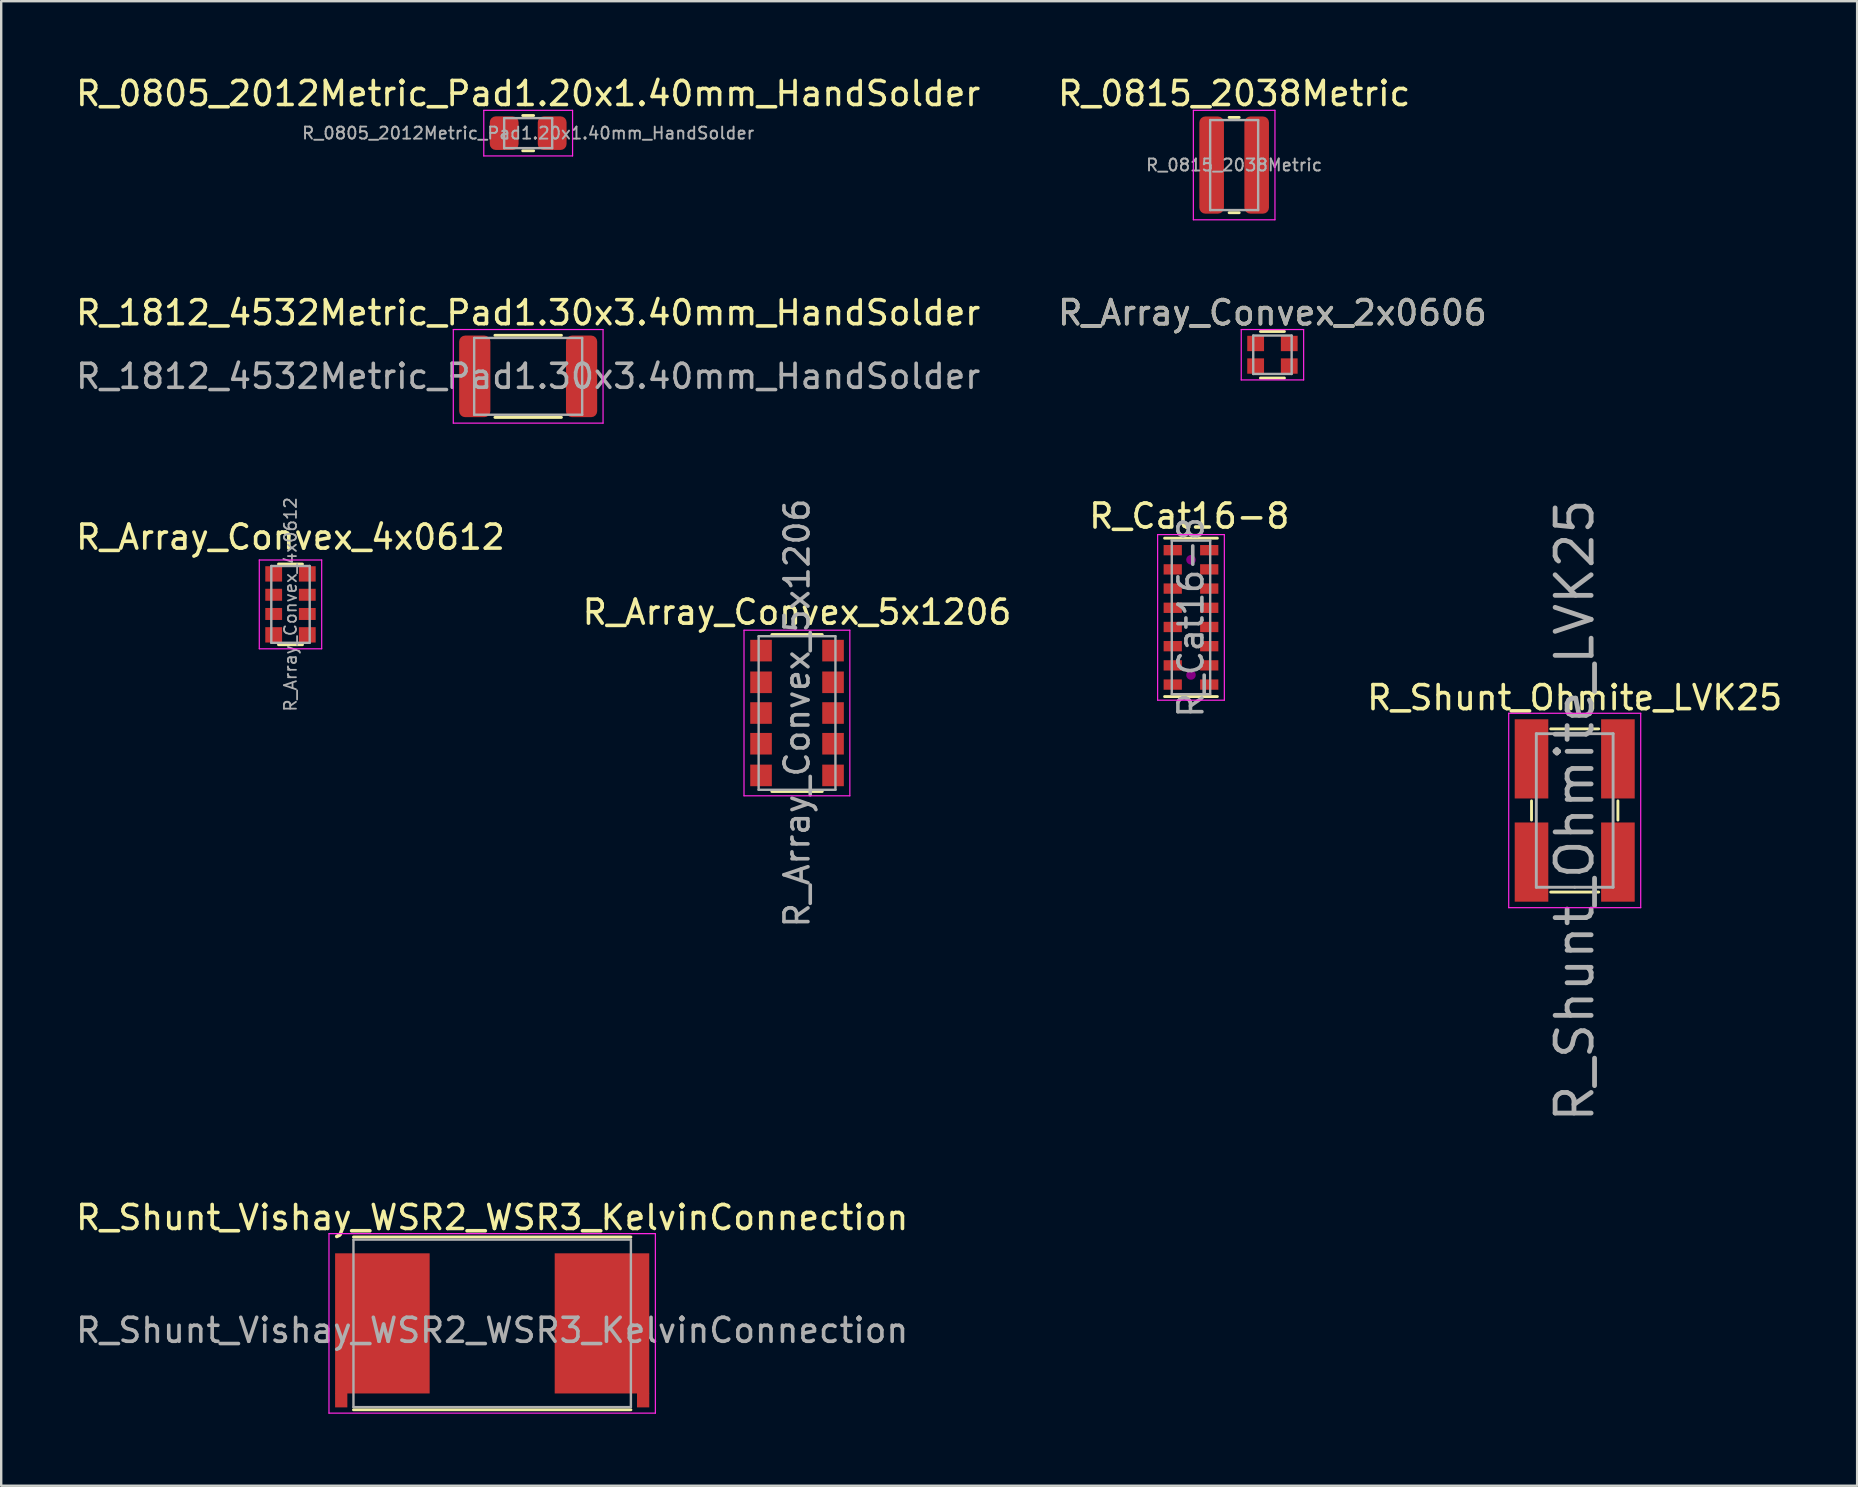
<source format=kicad_pcb>
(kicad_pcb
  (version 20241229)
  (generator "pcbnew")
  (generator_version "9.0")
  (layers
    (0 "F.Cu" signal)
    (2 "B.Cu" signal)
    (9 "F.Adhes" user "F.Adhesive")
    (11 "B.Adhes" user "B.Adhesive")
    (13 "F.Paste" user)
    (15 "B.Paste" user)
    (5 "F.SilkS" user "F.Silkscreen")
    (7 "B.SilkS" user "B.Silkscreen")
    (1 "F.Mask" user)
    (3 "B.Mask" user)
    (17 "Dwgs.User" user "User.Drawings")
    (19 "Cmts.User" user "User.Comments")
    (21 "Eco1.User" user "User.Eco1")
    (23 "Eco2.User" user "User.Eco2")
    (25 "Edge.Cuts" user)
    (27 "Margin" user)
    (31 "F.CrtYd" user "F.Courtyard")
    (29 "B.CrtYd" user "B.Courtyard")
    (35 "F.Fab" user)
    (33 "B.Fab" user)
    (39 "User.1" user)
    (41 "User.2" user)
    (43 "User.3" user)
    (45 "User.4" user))
  (footprint "R_1812_4532Metric_Pad1.30x3.40mm_HandSolder"
    (layer "F.Cu")
    (at 18.958 12.632)
    (property "Reference" "R_1812_4532Metric_Pad1.30x3.40mm_HandSolder" (at 0 -2.65 0) (layer "F.SilkS") (effects (font (size 1 1) (thickness 0.15))))
    (attr smd)
    (fp_line (start -1.386 -1.71) (end 1.386 -1.71) (stroke (width 0.12) (type solid)) (layer "F.SilkS"))
    (fp_line (start -1.386 1.71) (end 1.386 1.71) (stroke (width 0.12) (type solid)) (layer "F.SilkS"))
    (fp_line (start -3.12 -1.95) (end 3.12 -1.95) (stroke (width 0.05) (type solid)) (layer "F.CrtYd"))
    (fp_line (start -3.12 1.95) (end -3.12 -1.95) (stroke (width 0.05) (type solid)) (layer "F.CrtYd"))
    (fp_line (start 3.12 -1.95) (end 3.12 1.95) (stroke (width 0.05) (type solid)) (layer "F.CrtYd"))
    (fp_line (start 3.12 1.95) (end -3.12 1.95) (stroke (width 0.05) (type solid)) (layer "F.CrtYd"))
    (fp_line (start -2.25 -1.6) (end 2.25 -1.6) (stroke (width 0.1) (type solid)) (layer "F.Fab"))
    (fp_line (start -2.25 1.6) (end -2.25 -1.6) (stroke (width 0.1) (type solid)) (layer "F.Fab"))
    (fp_line (start 2.25 -1.6) (end 2.25 1.6) (stroke (width 0.1) (type solid)) (layer "F.Fab"))
    (fp_line (start 2.25 1.6) (end -2.25 1.6) (stroke (width 0.1) (type solid)) (layer "F.Fab"))
    (fp_text user "${REFERENCE}" (at 0 0 0) (layer "F.Fab") (effects (font (size 1 1) (thickness 0.15))))
    (pad "1" smd roundrect (at -2.225 0) (size 1.3 3.4) (layers "F.Cu" "F.Mask" "F.Paste") (roundrect_rratio 0.192))
    (pad "2" smd roundrect (at 2.225 0) (size 1.3 3.4) (layers "F.Cu" "F.Mask" "F.Paste") (roundrect_rratio 0.192)))
  (footprint "R_Array_Convex_4x0612"
    (layer "F.Cu")
    (at 9.054 22.133)
    (property "Reference" "R_Array_Convex_4x0612" (at 0 -2.8 0) (layer "F.SilkS") (effects (font (size 1 1) (thickness 0.15))))
    (attr smd)
    (fp_line (start 0.5 -1.68) (end -0.5 -1.68) (stroke (width 0.12) (type solid)) (layer "F.SilkS"))
    (fp_line (start 0.5 1.68) (end -0.5 1.68) (stroke (width 0.12) (type solid)) (layer "F.SilkS"))
    (fp_line (start -1.3 -1.85) (end -1.3 1.85) (stroke (width 0.05) (type solid)) (layer "F.CrtYd"))
    (fp_line (start -1.3 -1.85) (end 1.3 -1.85) (stroke (width 0.05) (type solid)) (layer "F.CrtYd"))
    (fp_line (start 1.3 1.85) (end -1.3 1.85) (stroke (width 0.05) (type solid)) (layer "F.CrtYd"))
    (fp_line (start 1.3 1.85) (end 1.3 -1.85) (stroke (width 0.05) (type solid)) (layer "F.CrtYd"))
    (fp_line (start -0.8 -1.6) (end 0.8 -1.6) (stroke (width 0.1) (type solid)) (layer "F.Fab"))
    (fp_line (start -0.8 1.6) (end -0.8 -1.6) (stroke (width 0.1) (type solid)) (layer "F.Fab"))
    (fp_line (start 0.8 -1.6) (end 0.8 1.6) (stroke (width 0.1) (type solid)) (layer "F.Fab"))
    (fp_line (start 0.8 1.6) (end -0.8 1.6) (stroke (width 0.1) (type solid)) (layer "F.Fab"))
    (fp_text user "${REFERENCE}" (at 0 0 90) (layer "F.Fab") (effects (font (size 0.5 0.5) (thickness 0.075))))
    (pad "1" smd rect (at -0.7 -1.27) (size 0.7 0.64) (layers "F.Cu" "F.Mask" "F.Paste"))
    (pad "2" smd rect (at -0.7 -0.4) (size 0.7 0.5) (layers "F.Cu" "F.Mask" "F.Paste"))
    (pad "3" smd rect (at -0.7 0.4) (size 0.7 0.5) (layers "F.Cu" "F.Mask" "F.Paste"))
    (pad "4" smd rect (at -0.7 1.27) (size 0.7 0.64) (layers "F.Cu" "F.Mask" "F.Paste"))
    (pad "5" smd rect (at 0.7 1.27) (size 0.7 0.64) (layers "F.Cu" "F.Mask" "F.Paste"))
    (pad "6" smd rect (at 0.7 0.4) (size 0.7 0.5) (layers "F.Cu" "F.Mask" "F.Paste"))
    (pad "7" smd rect (at 0.7 -0.4) (size 0.7 0.5) (layers "F.Cu" "F.Mask" "F.Paste"))
    (pad "8" smd rect (at 0.7 -1.27) (size 0.7 0.64) (layers "F.Cu" "F.Mask" "F.Paste")))
  (footprint "R_0805_2012Metric_Pad1.20x1.40mm_HandSolder"
    (layer "F.Cu")
    (at 18.958 2.498)
    (property "Reference" "R_0805_2012Metric_Pad1.20x1.40mm_HandSolder" (at 0 -1.65 0) (layer "F.SilkS") (effects (font (size 1 1) (thickness 0.15))))
    (attr smd)
    (fp_line (start -0.227 -0.735) (end 0.227 -0.735) (stroke (width 0.12) (type solid)) (layer "F.SilkS"))
    (fp_line (start -0.227 0.735) (end 0.227 0.735) (stroke (width 0.12) (type solid)) (layer "F.SilkS"))
    (fp_line (start -1.85 -0.95) (end 1.85 -0.95) (stroke (width 0.05) (type solid)) (layer "F.CrtYd"))
    (fp_line (start -1.85 0.95) (end -1.85 -0.95) (stroke (width 0.05) (type solid)) (layer "F.CrtYd"))
    (fp_line (start 1.85 -0.95) (end 1.85 0.95) (stroke (width 0.05) (type solid)) (layer "F.CrtYd"))
    (fp_line (start 1.85 0.95) (end -1.85 0.95) (stroke (width 0.05) (type solid)) (layer "F.CrtYd"))
    (fp_line (start -1 -0.625) (end 1 -0.625) (stroke (width 0.1) (type solid)) (layer "F.Fab"))
    (fp_line (start -1 0.625) (end -1 -0.625) (stroke (width 0.1) (type solid)) (layer "F.Fab"))
    (fp_line (start 1 -0.625) (end 1 0.625) (stroke (width 0.1) (type solid)) (layer "F.Fab"))
    (fp_line (start 1 0.625) (end -1 0.625) (stroke (width 0.1) (type solid)) (layer "F.Fab"))
    (fp_text user "${REFERENCE}" (at 0 0 0) (layer "F.Fab") (effects (font (size 0.5 0.5) (thickness 0.08))))
    (pad "1" smd roundrect (at -1 0) (size 1.2 1.4) (layers "F.Cu" "F.Mask" "F.Paste") (roundrect_rratio 0.208))
    (pad "2" smd roundrect (at 1 0) (size 1.2 1.4) (layers "F.Cu" "F.Mask" "F.Paste") (roundrect_rratio 0.208)))
  (footprint "R_Shunt_Vishay_WSR2_WSR3_KelvinConnection"
    (layer "F.Cu")
    (at 17.458 52.383)
    (property "Reference" "R_Shunt_Vishay_WSR2_WSR3_KelvinConnection" (at 0 -4.7 0) (layer "F.SilkS") (effects (font (size 1 1) (thickness 0.15))))
    (attr smd)
    (fp_line (start -5.78 -3.89) (end 5.78 -3.89) (stroke (width 0.12) (type solid)) (layer "F.SilkS"))
    (fp_line (start -5.78 3.31) (end 5.78 3.31) (stroke (width 0.12) (type solid)) (layer "F.SilkS"))
    (fp_line (start -6.8 -4.03) (end -6.8 3.45) (stroke (width 0.05) (type solid)) (layer "F.CrtYd"))
    (fp_line (start -6.8 -4.03) (end 6.8 -4.03) (stroke (width 0.05) (type solid)) (layer "F.CrtYd"))
    (fp_line (start -6.8 3.45) (end 6.8 3.45) (stroke (width 0.05) (type solid)) (layer "F.CrtYd"))
    (fp_line (start 6.8 -4.03) (end 6.8 3.45) (stroke (width 0.05) (type solid)) (layer "F.CrtYd"))
    (fp_line (start -5.78 -3.78) (end -5.78 3.2) (stroke (width 0.1) (type solid)) (layer "F.Fab"))
    (fp_line (start -5.78 -3.78) (end 5.78 -3.78) (stroke (width 0.1) (type solid)) (layer "F.Fab"))
    (fp_line (start -5.78 3.2) (end 5.78 3.2) (stroke (width 0.1) (type solid)) (layer "F.Fab"))
    (fp_line (start 5.78 -3.78) (end 5.78 3.2) (stroke (width 0.1) (type solid)) (layer "F.Fab"))
    (fp_text user "${REFERENCE}" (at 0 0 0) (layer "F.Fab") (effects (font (size 1 1) (thickness 0.15))))
    (pad "1" smd rect (at -6.29 2.91) (size 0.51 0.6) (layers "F.Cu" "F.Mask" "F.Paste"))
    (pad "1" smd rect (at -4.575 -0.29) (size 3.94 5.84) (layers "F.Cu" "F.Mask" "F.Paste"))
    (pad "2" smd rect (at 4.575 -0.29) (size 3.94 5.84) (layers "F.Cu" "F.Mask" "F.Paste"))
    (pad "2" smd rect (at 6.29 2.91) (size 0.51 0.6) (layers "F.Cu" "F.Mask" "F.Paste")))
  (footprint "R_Shunt_Ohmite_LVK25"
    (layer "F.Cu")
    (at 62.565 30.721)
    (property "Reference" "R_Shunt_Ohmite_LVK25" (at 0 -4.7 0) (layer "F.SilkS") (effects (font (size 1 1) (thickness 0.15))))
    (attr smd)
    (fp_line (start -1.8 0.4) (end -1.8 -0.4) (stroke (width 0.12) (type solid)) (layer "F.SilkS"))
    (fp_line (start 1 -3.4) (end -1 -3.4) (stroke (width 0.12) (type solid)) (layer "F.SilkS"))
    (fp_line (start 1 3.4) (end -1 3.4) (stroke (width 0.12) (type solid)) (layer "F.SilkS"))
    (fp_line (start 1.8 -0.4) (end 1.8 0.4) (stroke (width 0.12) (type solid)) (layer "F.SilkS"))
    (fp_line (start -2.75 -4.05) (end 2.75 -4.05) (stroke (width 0.05) (type solid)) (layer "F.CrtYd"))
    (fp_line (start -2.75 4.05) (end -2.75 -4.05) (stroke (width 0.05) (type solid)) (layer "F.CrtYd"))
    (fp_line (start 2.75 -4.05) (end 2.75 4.05) (stroke (width 0.05) (type solid)) (layer "F.CrtYd"))
    (fp_line (start 2.75 4.05) (end -2.75 4.05) (stroke (width 0.05) (type solid)) (layer "F.CrtYd"))
    (fp_line (start -1.6 -3.2) (end 1.6 -3.2) (stroke (width 0.12) (type solid)) (layer "F.Fab"))
    (fp_line (start -1.6 3.2) (end -1.6 -3.2) (stroke (width 0.12) (type solid)) (layer "F.Fab"))
    (fp_line (start 0 3.2) (end -1.6 3.2) (stroke (width 0.12) (type solid)) (layer "F.Fab"))
    (fp_line (start 1.6 -3.2) (end 1.6 3.2) (stroke (width 0.12) (type solid)) (layer "F.Fab"))
    (fp_line (start 1.6 3.2) (end 0 3.2) (stroke (width 0.12) (type solid)) (layer "F.Fab"))
    (fp_text user "${REFERENCE}" (at 0 0 90) (layer "F.Fab") (effects (font (size 1.5 1.5) (thickness 0.2))))
    (pad "1" smd rect (at -1.8 -2.15) (size 1.4 3.3) (layers "F.Cu" "F.Mask" "F.Paste"))
    (pad "2" smd rect (at -1.8 2.15) (size 1.4 3.3) (layers "F.Cu" "F.Mask" "F.Paste"))
    (pad "3" smd rect (at 1.8 -2.15) (size 1.4 3.3) (layers "F.Cu" "F.Mask" "F.Paste"))
    (pad "4" smd rect (at 1.8 2.15) (size 1.4 3.3) (layers "F.Cu" "F.Mask" "F.Paste")))
  (footprint "R_Cat16-8"
    (layer "F.Cu")
    (at 46.576 22.675)
    (property "Reference" "R_Cat16-8" (at -0.07 -4.22 0) (layer "F.SilkS") (effects (font (size 1 1) (thickness 0.15))))
    (attr smd)
    (fp_line (start 1.1 -3.3) (end -1.1 -3.3) (stroke (width 0.12) (type solid)) (layer "F.SilkS"))
    (fp_line (start 1.1 3.3) (end -1.1 3.3) (stroke (width 0.12) (type solid)) (layer "F.SilkS"))
    (fp_circle (center 0 -2.4) (end -0.1 -2.4) (stroke (width 0.2) (type solid)) (fill no) (layer "F.Adhes"))
    (fp_circle (center 0 2.4) (end -0.1 2.4) (stroke (width 0.2) (type solid)) (fill no) (layer "F.Adhes"))
    (fp_line (start -1.39 -3.45) (end -1.39 3.45) (stroke (width 0.05) (type solid)) (layer "F.CrtYd"))
    (fp_line (start -1.39 -3.45) (end 1.39 -3.45) (stroke (width 0.05) (type solid)) (layer "F.CrtYd"))
    (fp_line (start 1.39 3.45) (end -1.39 3.45) (stroke (width 0.05) (type solid)) (layer "F.CrtYd"))
    (fp_line (start 1.39 3.45) (end 1.39 -3.45) (stroke (width 0.05) (type solid)) (layer "F.CrtYd"))
    (fp_line (start -0.8 -3.2) (end 0.8 -3.2) (stroke (width 0.1) (type solid)) (layer "F.Fab"))
    (fp_line (start -0.8 3.2) (end -0.8 -3.2) (stroke (width 0.1) (type solid)) (layer "F.Fab"))
    (fp_line (start 0.8 -3.2) (end 0.8 3.2) (stroke (width 0.1) (type solid)) (layer "F.Fab"))
    (fp_line (start 0.8 3.2) (end -0.8 3.2) (stroke (width 0.1) (type solid)) (layer "F.Fab"))
    (fp_text user "${REFERENCE}" (at 0 0 90) (layer "F.Fab") (effects (font (size 1 1) (thickness 0.15))))
    (pad "1" smd rect (at -0.76 -2.8 180) (size 0.76 0.43) (layers "F.Cu" "F.Mask" "F.Paste"))
    (pad "2" smd rect (at -0.76 -2 180) (size 0.76 0.43) (layers "F.Cu" "F.Mask" "F.Paste"))
    (pad "3" smd rect (at -0.76 -1.2 180) (size 0.76 0.43) (layers "F.Cu" "F.Mask" "F.Paste"))
    (pad "4" smd rect (at -0.76 -0.4 180) (size 0.76 0.43) (layers "F.Cu" "F.Mask" "F.Paste"))
    (pad "5" smd rect (at -0.76 0.4 180) (size 0.76 0.43) (layers "F.Cu" "F.Mask" "F.Paste"))
    (pad "6" smd rect (at -0.76 1.2 180) (size 0.76 0.43) (layers "F.Cu" "F.Mask" "F.Paste"))
    (pad "7" smd rect (at -0.76 2 180) (size 0.76 0.43) (layers "F.Cu" "F.Mask" "F.Paste"))
    (pad "8" smd rect (at -0.76 2.8 180) (size 0.76 0.43) (layers "F.Cu" "F.Mask" "F.Paste"))
    (pad "9" smd rect (at 0.76 2.8 180) (size 0.76 0.43) (layers "F.Cu" "F.Mask" "F.Paste"))
    (pad "10" smd rect (at 0.76 2 180) (size 0.76 0.43) (layers "F.Cu" "F.Mask" "F.Paste"))
    (pad "11" smd rect (at 0.76 1.2 180) (size 0.76 0.43) (layers "F.Cu" "F.Mask" "F.Paste"))
    (pad "12" smd rect (at 0.76 0.4 180) (size 0.76 0.43) (layers "F.Cu" "F.Mask" "F.Paste"))
    (pad "13" smd rect (at 0.76 -0.4 180) (size 0.76 0.43) (layers "F.Cu" "F.Mask" "F.Paste"))
    (pad "14" smd rect (at 0.76 -1.2 180) (size 0.76 0.43) (layers "F.Cu" "F.Mask" "F.Paste"))
    (pad "15" smd rect (at 0.76 -2 180) (size 0.76 0.43) (layers "F.Cu" "F.Mask" "F.Paste"))
    (pad "16" smd rect (at 0.76 -2.8 180) (size 0.76 0.43) (layers "F.Cu" "F.Mask" "F.Paste")))
  (footprint "R_Array_Convex_2x0606"
    (layer "F.Cu")
    (at 49.97 11.732)
    (property "Reference" "R_Array_Convex_2x0606" (at 0 -1.75 0) (layer "F.SilkS") (effects (font (size 1 1) (thickness 0.15))))
    (attr smd)
    (fp_line (start 0.5 -0.97) (end -0.5 -0.97) (stroke (width 0.12) (type solid)) (layer "F.SilkS"))
    (fp_line (start 0.5 0.97) (end -0.5 0.97) (stroke (width 0.12) (type solid)) (layer "F.SilkS"))
    (fp_line (start -1.3 -1.05) (end -1.3 1.05) (stroke (width 0.05) (type solid)) (layer "F.CrtYd"))
    (fp_line (start -1.3 -1.05) (end 1.3 -1.05) (stroke (width 0.05) (type solid)) (layer "F.CrtYd"))
    (fp_line (start 1.3 1.05) (end -1.3 1.05) (stroke (width 0.05) (type solid)) (layer "F.CrtYd"))
    (fp_line (start 1.3 1.05) (end 1.3 -1.05) (stroke (width 0.05) (type solid)) (layer "F.CrtYd"))
    (fp_line (start -0.8 -0.8) (end 0.8 -0.8) (stroke (width 0.1) (type solid)) (layer "F.Fab"))
    (fp_line (start -0.8 0.8) (end -0.8 -0.8) (stroke (width 0.1) (type solid)) (layer "F.Fab"))
    (fp_line (start 0.8 -0.8) (end 0.8 0.8) (stroke (width 0.1) (type solid)) (layer "F.Fab"))
    (fp_line (start 0.8 0.8) (end -0.8 0.8) (stroke (width 0.1) (type solid)) (layer "F.Fab"))
    (fp_text user "${REFERENCE}" (at 0 -1.75 0) (layer "F.Fab") (effects (font (size 1 1) (thickness 0.15))))
    (pad "1" smd rect (at -0.7 -0.47) (size 0.7 0.64) (layers "F.Cu" "F.Mask" "F.Paste"))
    (pad "2" smd rect (at -0.7 0.47) (size 0.7 0.64) (layers "F.Cu" "F.Mask" "F.Paste"))
    (pad "3" smd rect (at 0.7 0.47) (size 0.7 0.64) (layers "F.Cu" "F.Mask" "F.Paste"))
    (pad "4" smd rect (at 0.7 -0.47) (size 0.7 0.64) (layers "F.Cu" "F.Mask" "F.Paste")))
  (footprint "R_Array_Convex_5x1206"
    (layer "F.Cu")
    (at 30.161 26.66)
    (property "Reference" "R_Array_Convex_5x1206" (at 0 -4.2 0) (layer "F.SilkS") (effects (font (size 1 1) (thickness 0.15))))
    (attr smd)
    (fp_line (start 1.05 -3.27) (end -1.05 -3.27) (stroke (width 0.12) (type solid)) (layer "F.SilkS"))
    (fp_line (start 1.05 3.27) (end -1.05 3.27) (stroke (width 0.12) (type solid)) (layer "F.SilkS"))
    (fp_line (start -2.21 -3.45) (end -2.21 3.45) (stroke (width 0.05) (type solid)) (layer "F.CrtYd"))
    (fp_line (start -2.21 -3.45) (end 2.2 -3.45) (stroke (width 0.05) (type solid)) (layer "F.CrtYd"))
    (fp_line (start 2.2 3.45) (end -2.21 3.45) (stroke (width 0.05) (type solid)) (layer "F.CrtYd"))
    (fp_line (start 2.2 3.45) (end 2.2 -3.45) (stroke (width 0.05) (type solid)) (layer "F.CrtYd"))
    (fp_line (start -1.6 -3.2) (end 1.6 -3.2) (stroke (width 0.1) (type solid)) (layer "F.Fab"))
    (fp_line (start -1.6 3.2) (end -1.6 -3.2) (stroke (width 0.1) (type solid)) (layer "F.Fab"))
    (fp_line (start 1.6 -3.2) (end 1.6 3.2) (stroke (width 0.1) (type solid)) (layer "F.Fab"))
    (fp_line (start 1.6 3.2) (end -1.6 3.2) (stroke (width 0.1) (type solid)) (layer "F.Fab"))
    (fp_text user "${REFERENCE}" (at 0 0 90) (layer "F.Fab") (effects (font (size 1 1) (thickness 0.15))))
    (pad "1" smd rect (at -1.5 -2.6) (size 0.9 0.9) (layers "F.Cu" "F.Mask" "F.Paste"))
    (pad "2" smd rect (at -1.5 -1.28) (size 0.9 0.9) (layers "F.Cu" "F.Mask" "F.Paste"))
    (pad "3" smd rect (at -1.5 0) (size 0.9 0.9) (layers "F.Cu" "F.Mask" "F.Paste"))
    (pad "4" smd rect (at -1.5 1.28) (size 0.9 0.9) (layers "F.Cu" "F.Mask" "F.Paste"))
    (pad "5" smd rect (at -1.5 2.6) (size 0.9 0.9) (layers "F.Cu" "F.Mask" "F.Paste"))
    (pad "6" smd rect (at 1.5 2.6) (size 0.9 0.9) (layers "F.Cu" "F.Mask" "F.Paste"))
    (pad "7" smd rect (at 1.5 1.28) (size 0.9 0.9) (layers "F.Cu" "F.Mask" "F.Paste"))
    (pad "8" smd rect (at 1.5 0) (size 0.9 0.9) (layers "F.Cu" "F.Mask" "F.Paste"))
    (pad "9" smd rect (at 1.5 -1.28) (size 0.9 0.9) (layers "F.Cu" "F.Mask" "F.Paste"))
    (pad "10" smd rect (at 1.5 -2.6) (size 0.9 0.9) (layers "F.Cu" "F.Mask" "F.Paste")))
  (footprint "R_0815_2038Metric"
    (layer "F.Cu")
    (at 48.375 3.828)
    (property "Reference" "R_0815_2038Metric" (at 0 -2.98 0) (layer "F.SilkS") (effects (font (size 1 1) (thickness 0.15))))
    (attr smd)
    (fp_line (start -0.21 -1.985) (end 0.21 -1.985) (stroke (width 0.12) (type solid)) (layer "F.SilkS"))
    (fp_line (start -0.21 1.985) (end 0.21 1.985) (stroke (width 0.12) (type solid)) (layer "F.SilkS"))
    (fp_line (start -1.7 -2.28) (end 1.7 -2.28) (stroke (width 0.05) (type solid)) (layer "F.CrtYd"))
    (fp_line (start -1.7 2.28) (end -1.7 -2.28) (stroke (width 0.05) (type solid)) (layer "F.CrtYd"))
    (fp_line (start 1.7 -2.28) (end 1.7 2.28) (stroke (width 0.05) (type solid)) (layer "F.CrtYd"))
    (fp_line (start 1.7 2.28) (end -1.7 2.28) (stroke (width 0.05) (type solid)) (layer "F.CrtYd"))
    (fp_line (start -1 -1.875) (end 1 -1.875) (stroke (width 0.1) (type solid)) (layer "F.Fab"))
    (fp_line (start -1 1.875) (end -1 -1.875) (stroke (width 0.1) (type solid)) (layer "F.Fab"))
    (fp_line (start 1 -1.875) (end 1 1.875) (stroke (width 0.1) (type solid)) (layer "F.Fab"))
    (fp_line (start 1 1.875) (end -1 1.875) (stroke (width 0.1) (type solid)) (layer "F.Fab"))
    (fp_text user "${REFERENCE}" (at 0 0 0) (layer "F.Fab") (effects (font (size 0.5 0.5) (thickness 0.08))))
    (pad "1" smd roundrect (at -0.938 0) (size 1.025 4.05) (layers "F.Cu" "F.Mask" "F.Paste") (roundrect_rratio 0.244))
    (pad "2" smd roundrect (at 0.938 0) (size 1.025 4.05) (layers "F.Cu" "F.Mask" "F.Paste") (roundrect_rratio 0.244)))
  (gr_rect
    (start -3 -3)
    (end 74.333 58.858)
    (stroke (width 0.1) (type default))
    (fill no)
    (layer "Edge.Cuts")))
</source>
